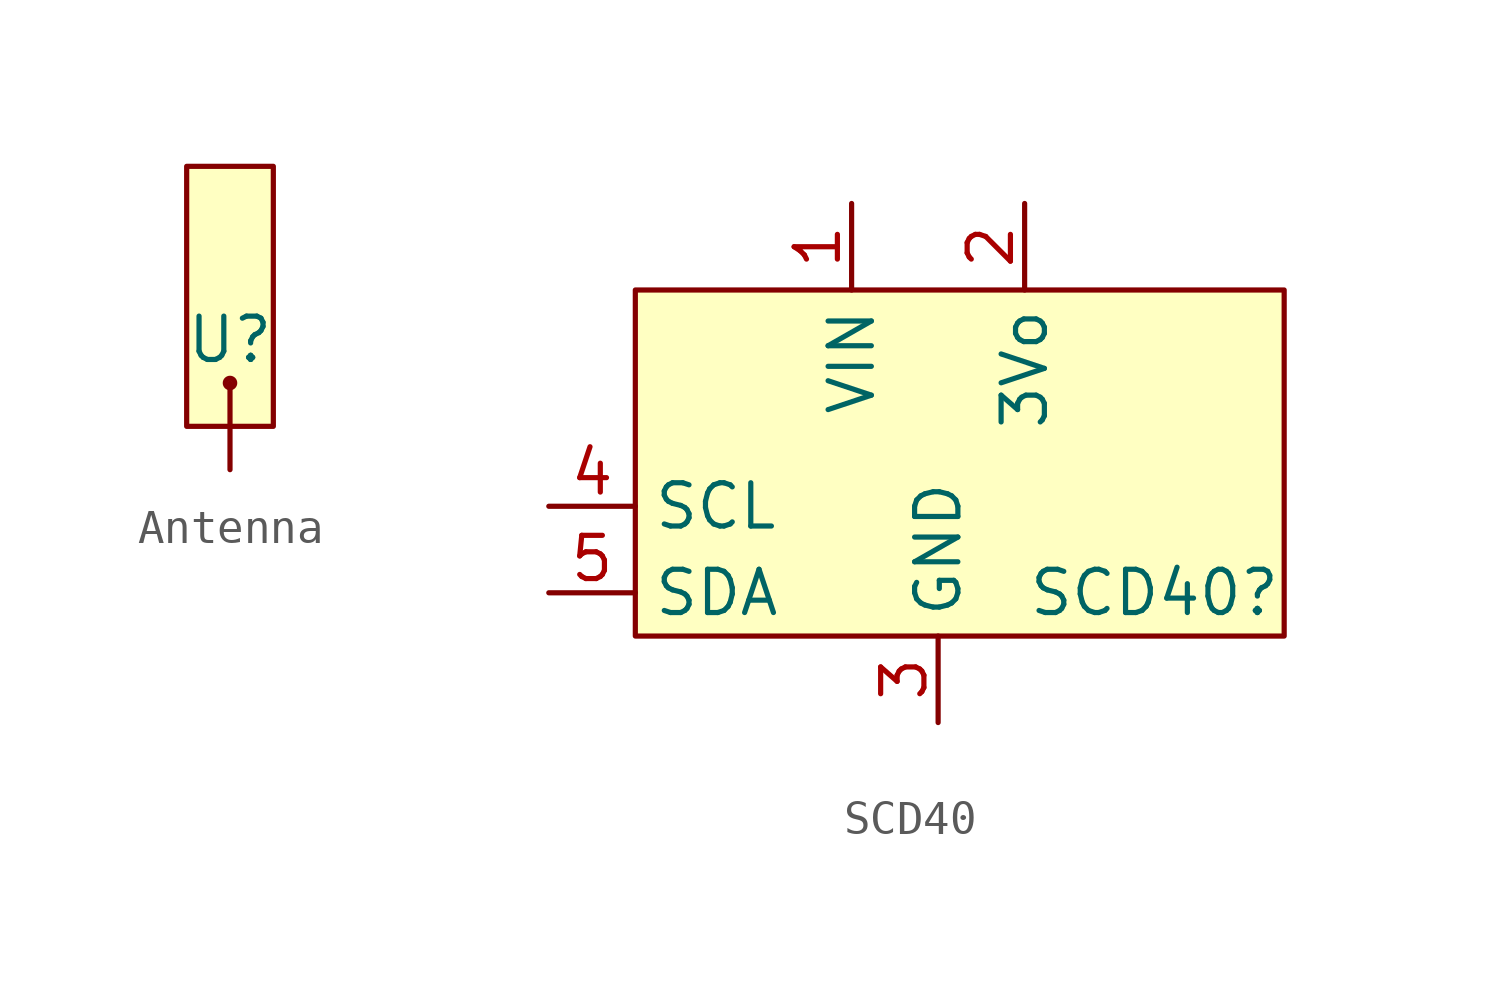
<source format=kicad_sym>
(kicad_symbol_lib
  (version 20220914)
  (generator kicad_symbol_editor)
  (symbol "Antenna"
    (property "Reference" "U"
      (at 0 2.54 0)
      (effects (font (size 1.27 1.27))))
    (property "Value" ""
      (at 0 0 0)
      (effects (font (size 1.27 1.27))))
    (symbol "Antenna_0_1"
      (rectangle (start -1.27 7.62) (end 1.27 0) (stroke (width 0) (type default)) (fill (type background)))
      (polyline (pts (xy 0 -1.27) (xy 0 1.27)) (stroke (width 0) (type default)) (fill (type none)))
      (circle (center 0 1.27) (radius 0.137) (stroke (width 0) (type default)) (fill (type none)))))
  (symbol "SCD40"
    (property "Reference" "SCD40"
      (at 6.35 -3.81 0)
      (effects (font (size 1.27 1.27))))
    (property "Value" ""
      (at -6.35 -6.35 0)
      (effects (font (size 1.27 1.27))))
    (symbol "SCD40_0_1"
      (rectangle (start -8.89 5.08) (end 10.16 -5.08) (stroke (width 0) (type default)) (fill (type background))))
    (symbol "SCD40_1_1"
      (pin power_in line (at -2.54 7.62 270) (length 2.54) (name "VIN" (effects (font (size 1.27 1.27)))) (number "1" (effects (font (size 1.27 1.27)))))
      (pin power_out line (at 2.54 7.62 270) (length 2.54) (name "3Vo" (effects (font (size 1.27 1.27)))) (number "2" (effects (font (size 1.27 1.27)))))
      (pin power_in line (at 0 -7.62 90) (length 2.54) (name "GND" (effects (font (size 1.27 1.27)))) (number "3" (effects (font (size 1.27 1.27)))))
      (pin bidirectional line (at -11.43 -1.27 0) (length 2.54) (name "SCL" (effects (font (size 1.27 1.27)))) (number "4" (effects (font (size 1.27 1.27)))))
      (pin bidirectional line (at -11.43 -3.81 0) (length 2.54) (name "SDA" (effects (font (size 1.27 1.27)))) (number "5" (effects (font (size 1.27 1.27))))))))
</source>
